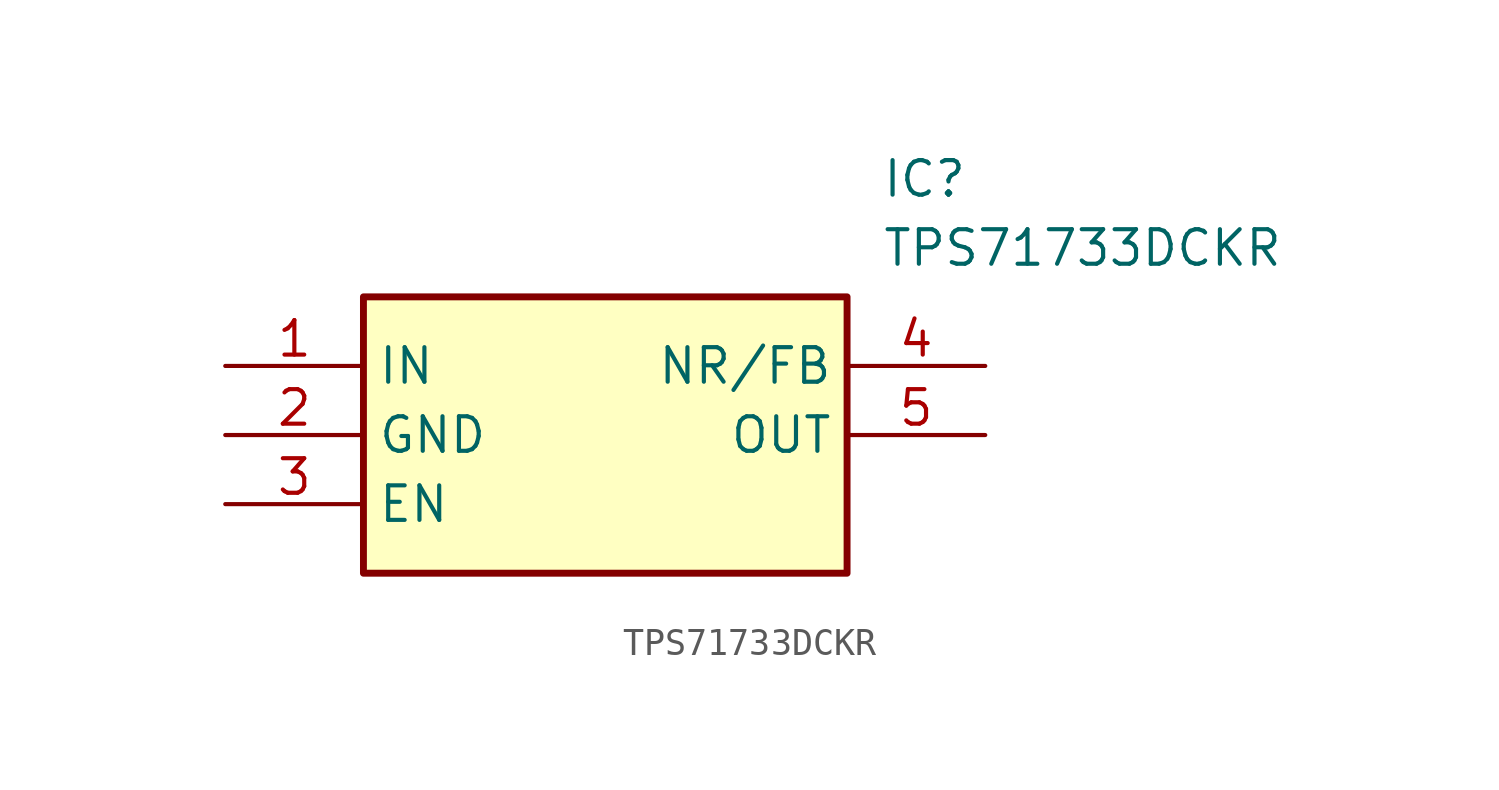
<source format=kicad_sym>
(kicad_symbol_lib
  (version 20211014)
  (generator SamacSys_ECAD_Model)
  (symbol "TPS71733DCKR"
    (property "Reference" "IC"
      (at 24.13 7.62 0)
      (effects (font (size 1.27 1.27)) (justify left top)))
    (property "Value" "TPS71733DCKR"
      (at 24.13 5.08 0)
      (effects (font (size 1.27 1.27)) (justify left top)))
    (rectangle
      (start 5.08 2.54)
      (end 22.86 -7.62)
      (stroke (width 0.254) (type default))
      (fill (type background)))
    (pin passive line
      (at 0 0 0)
      (length 5.08)
      (name "IN" (effects (font (size 1.27 1.27))))
      (number "1" (effects (font (size 1.27 1.27)))))
    (pin passive line
      (at 0 -2.54 0)
      (length 5.08)
      (name "GND" (effects (font (size 1.27 1.27))))
      (number "2" (effects (font (size 1.27 1.27)))))
    (pin passive line
      (at 0 -5.08 0)
      (length 5.08)
      (name "EN" (effects (font (size 1.27 1.27))))
      (number "3" (effects (font (size 1.27 1.27)))))
    (pin passive line
      (at 27.94 0 180)
      (length 5.08)
      (name "NR/FB" (effects (font (size 1.27 1.27))))
      (number "4" (effects (font (size 1.27 1.27)))))
    (pin passive line
      (at 27.94 -2.54 180)
      (length 5.08)
      (name "OUT" (effects (font (size 1.27 1.27))))
      (number "5" (effects (font (size 1.27 1.27)))))))
</source>
